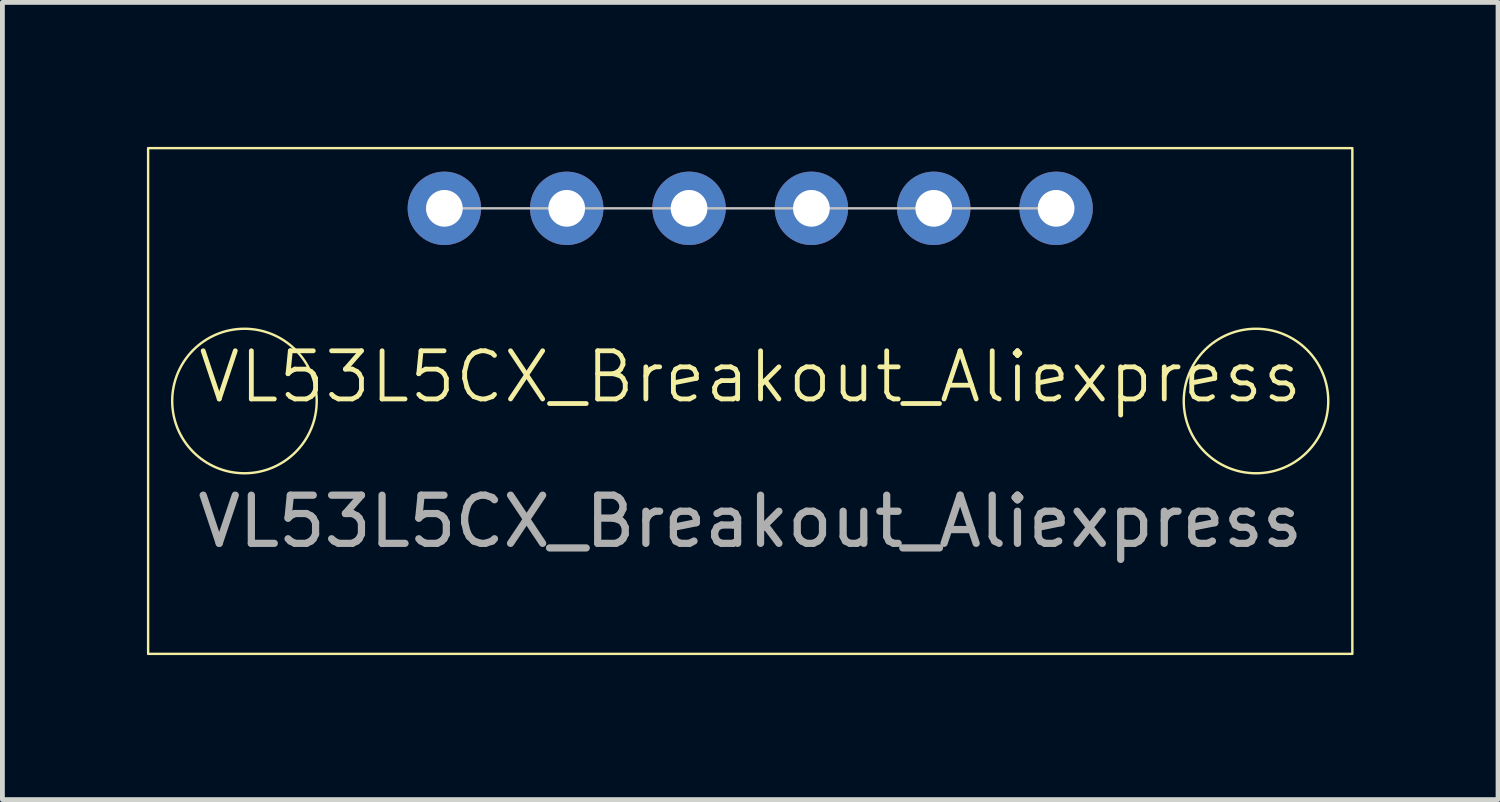
<source format=kicad_pcb>
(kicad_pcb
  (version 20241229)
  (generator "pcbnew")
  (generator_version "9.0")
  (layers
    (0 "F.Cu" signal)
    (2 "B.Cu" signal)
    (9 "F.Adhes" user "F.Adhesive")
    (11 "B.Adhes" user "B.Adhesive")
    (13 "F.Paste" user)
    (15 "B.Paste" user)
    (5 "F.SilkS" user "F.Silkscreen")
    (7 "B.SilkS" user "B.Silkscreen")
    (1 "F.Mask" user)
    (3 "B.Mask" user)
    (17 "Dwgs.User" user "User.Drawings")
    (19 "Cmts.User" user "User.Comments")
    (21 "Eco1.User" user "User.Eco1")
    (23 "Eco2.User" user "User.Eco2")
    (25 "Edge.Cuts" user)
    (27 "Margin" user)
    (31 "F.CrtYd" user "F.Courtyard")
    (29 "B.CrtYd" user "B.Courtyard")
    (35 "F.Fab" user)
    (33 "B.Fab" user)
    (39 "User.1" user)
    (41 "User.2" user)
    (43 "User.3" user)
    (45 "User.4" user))
  (footprint "VL53L5CX_Breakout_Aliexpress"
    (layer "F.Cu")
    (at 12.525 5.275)
    (property "Reference" "VL53L5CX_Breakout_Aliexpress" (at 0 -0.5 0) (unlocked yes) (layer "F.SilkS") (effects (font (size 1 1) (thickness 0.1))))
    (attr through_hole)
    (fp_rect (start -12.5 -5.25) (end 12.5 5.25) (stroke (width 0.05) (type default)) (fill no) (layer "F.SilkS"))
    (fp_circle (center -10.5 0) (end -9 0) (stroke (width 0.05) (type default)) (fill no) (layer "F.SilkS"))
    (fp_circle (center 10.5 0) (end 12 0) (stroke (width 0.05) (type default)) (fill no) (layer "F.SilkS"))
    (fp_line (start -6.35 -4) (end -3.81 -4) (stroke (width 0.05) (type default)) (layer "Dwgs.User"))
    (fp_line (start -3.81 -4) (end -1.27 -4) (stroke (width 0.05) (type default)) (layer "Dwgs.User"))
    (fp_line (start -1.27 -4) (end 1.27 -4) (stroke (width 0.05) (type default)) (layer "Dwgs.User"))
    (fp_line (start 1.27 -4) (end 3.81 -4) (stroke (width 0.05) (type default)) (layer "Dwgs.User"))
    (fp_line (start 3.81 -4) (end 6.35 -4) (stroke (width 0.05) (type default)) (layer "Dwgs.User"))
    (fp_text user "${REFERENCE}" (at 0 2.5 0) (unlocked yes) (layer "F.Fab") (effects (font (size 1 1) (thickness 0.15))))
    (pad "1" thru_hole circle (at -6.35 -4) (size 1.524 1.524) (drill 0.762) (layers "*.Cu" "*.Mask"))
    (pad "2" thru_hole circle (at -3.81 -4) (size 1.524 1.524) (drill 0.762) (layers "*.Cu" "*.Mask"))
    (pad "3" thru_hole circle (at -1.27 -4) (size 1.524 1.524) (drill 0.762) (layers "*.Cu" "*.Mask"))
    (pad "4" thru_hole circle (at 1.27 -4) (size 1.524 1.524) (drill 0.762) (layers "*.Cu" "*.Mask"))
    (pad "5" thru_hole circle (at 3.81 -4) (size 1.524 1.524) (drill 0.762) (layers "*.Cu" "*.Mask"))
    (pad "6" thru_hole circle (at 6.35 -4) (size 1.524 1.524) (drill 0.762) (layers "*.Cu" "*.Mask")))
  (gr_rect
    (start -3 -3)
    (end 28.05 13.55)
    (stroke (width 0.1) (type default))
    (fill no)
    (layer "Edge.Cuts")))
</source>
